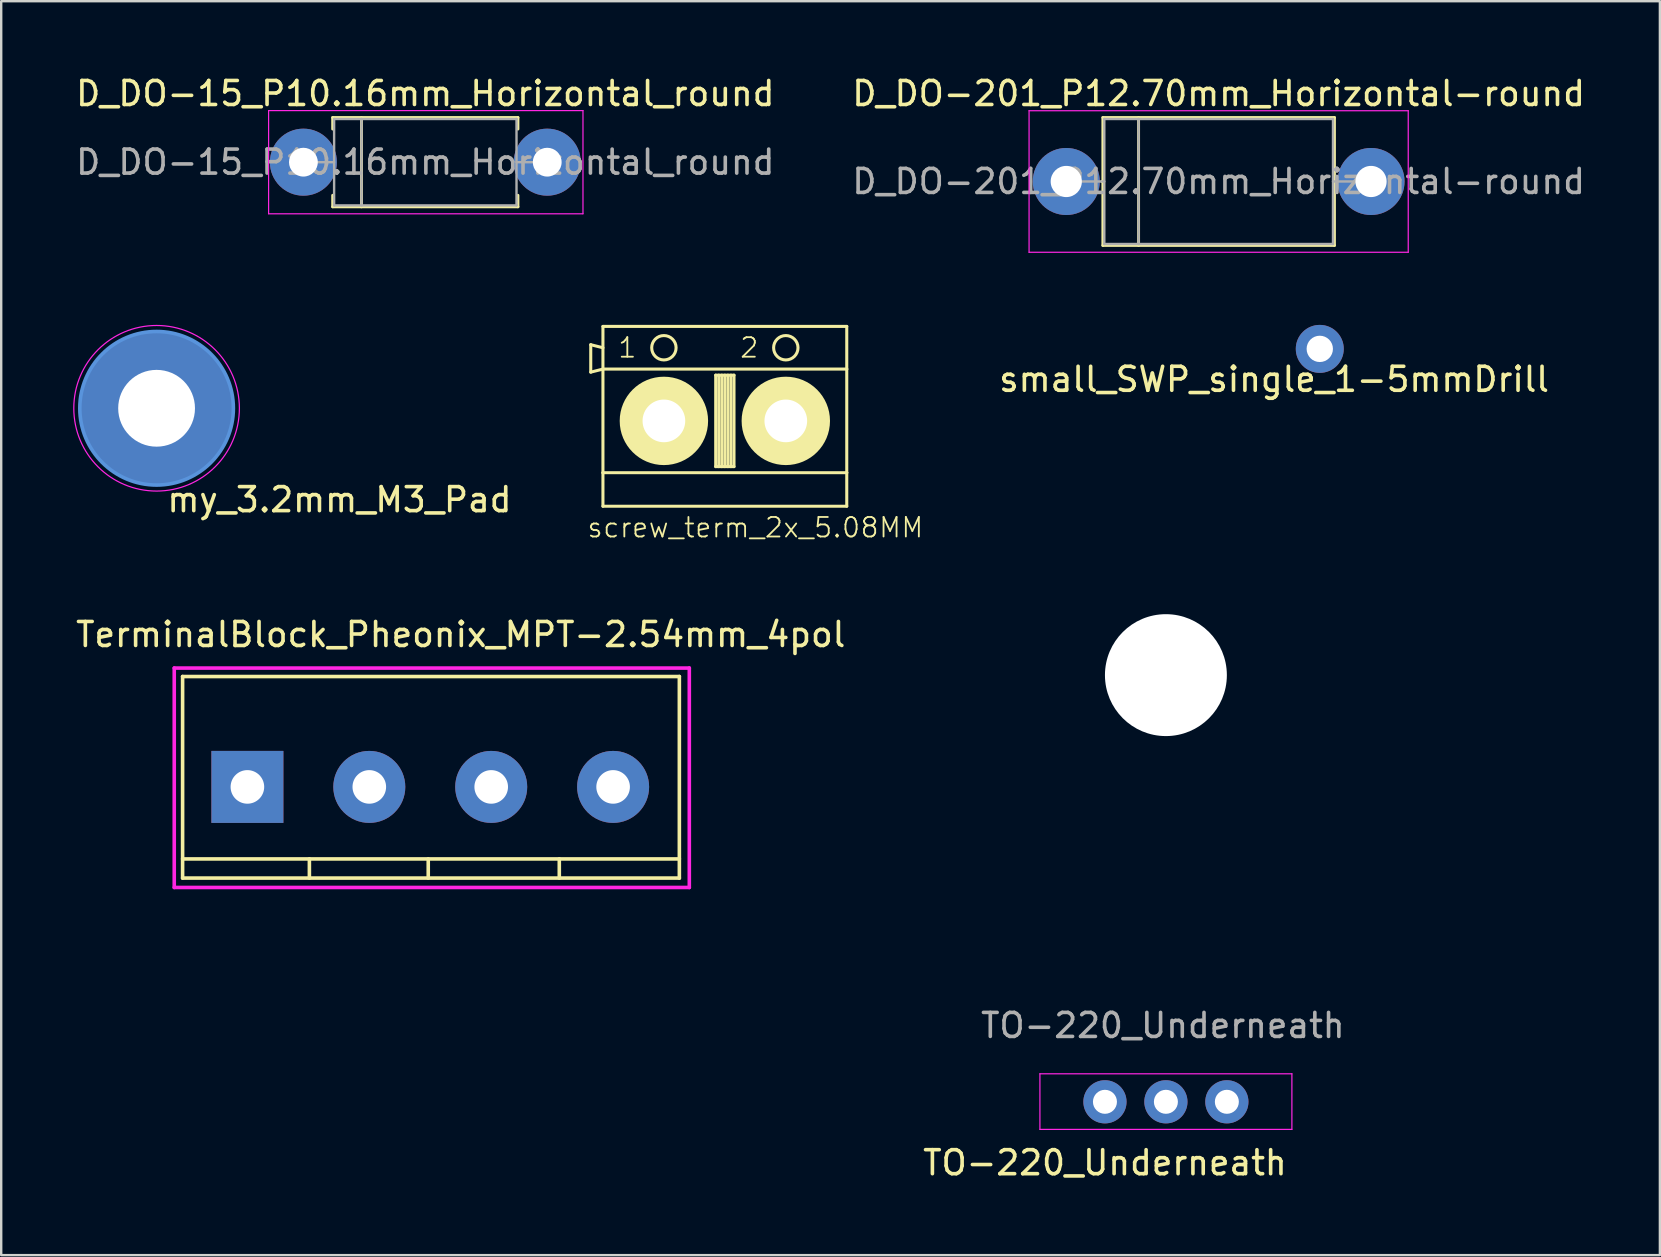
<source format=kicad_pcb>
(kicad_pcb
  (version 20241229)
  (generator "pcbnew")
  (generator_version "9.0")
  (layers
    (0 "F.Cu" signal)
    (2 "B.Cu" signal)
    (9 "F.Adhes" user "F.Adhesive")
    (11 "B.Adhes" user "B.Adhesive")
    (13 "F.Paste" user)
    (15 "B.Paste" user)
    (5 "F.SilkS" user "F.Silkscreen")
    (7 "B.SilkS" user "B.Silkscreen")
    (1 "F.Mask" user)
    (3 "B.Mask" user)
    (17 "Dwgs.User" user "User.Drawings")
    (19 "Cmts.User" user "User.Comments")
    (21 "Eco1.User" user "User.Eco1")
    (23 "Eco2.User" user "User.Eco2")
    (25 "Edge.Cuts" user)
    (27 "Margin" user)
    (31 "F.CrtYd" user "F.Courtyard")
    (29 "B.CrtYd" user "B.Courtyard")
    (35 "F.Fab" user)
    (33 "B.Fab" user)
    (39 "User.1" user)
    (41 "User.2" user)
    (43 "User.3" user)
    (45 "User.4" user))
  (footprint "screw_term_2x_5.08MM"
    (layer "F.Cu")
    (at 27.155 14.489)
    (property "Reference" "screw_term_2x_5.08MM" (at 1.27 4.445 0) (layer "F.SilkS") (effects (font (size 0.813 0.813) (thickness 0.076))))
    (attr through_hole)
    (fp_line (start -5.588 -3.175) (end -5.08 -3.048) (stroke (width 0.127) (type solid)) (layer "F.SilkS"))
    (fp_line (start -5.588 -2.032) (end -5.588 -3.175) (stroke (width 0.127) (type solid)) (layer "F.SilkS"))
    (fp_line (start -5.08 -3.937) (end 5.08 -3.937) (stroke (width 0.127) (type solid)) (layer "F.SilkS"))
    (fp_line (start -5.08 -2.159) (end -5.588 -2.032) (stroke (width 0.127) (type solid)) (layer "F.SilkS"))
    (fp_line (start -5.08 -2.159) (end -5.08 -3.937) (stroke (width 0.127) (type solid)) (layer "F.SilkS"))
    (fp_line (start -5.08 -2.159) (end 5.08 -2.159) (stroke (width 0.127) (type solid)) (layer "F.SilkS"))
    (fp_line (start -5.08 2.159) (end -5.08 -2.159) (stroke (width 0.127) (type solid)) (layer "F.SilkS"))
    (fp_line (start -5.08 2.159) (end -5.08 3.556) (stroke (width 0.127) (type solid)) (layer "F.SilkS"))
    (fp_line (start -5.08 3.556) (end 5.08 3.556) (stroke (width 0.127) (type solid)) (layer "F.SilkS"))
    (fp_line (start -3.81 1.016) (end -1.524 -1.27) (stroke (width 0.381) (type solid)) (layer "F.SilkS"))
    (fp_line (start -3.683 1.143) (end -1.397 -1.143) (stroke (width 0.381) (type solid)) (layer "F.SilkS"))
    (fp_line (start -1.27 -1.016) (end -3.556 1.27) (stroke (width 0.381) (type solid)) (layer "F.SilkS"))
    (fp_line (start -0.381 -1.905) (end 0.381 -1.905) (stroke (width 0.127) (type solid)) (layer "F.SilkS"))
    (fp_line (start -0.381 1.905) (end -0.381 -1.905) (stroke (width 0.127) (type solid)) (layer "F.SilkS"))
    (fp_line (start -0.254 -1.905) (end -0.254 1.905) (stroke (width 0.127) (type solid)) (layer "F.SilkS"))
    (fp_line (start -0.127 -1.905) (end -0.127 1.905) (stroke (width 0.127) (type solid)) (layer "F.SilkS"))
    (fp_line (start 0 -1.905) (end 0 1.905) (stroke (width 0.127) (type solid)) (layer "F.SilkS"))
    (fp_line (start 0.127 -1.905) (end 0.127 1.905) (stroke (width 0.127) (type solid)) (layer "F.SilkS"))
    (fp_line (start 0.254 -1.905) (end 0.254 1.905) (stroke (width 0.127) (type solid)) (layer "F.SilkS"))
    (fp_line (start 0.381 -1.905) (end 0.381 1.905) (stroke (width 0.127) (type solid)) (layer "F.SilkS"))
    (fp_line (start 0.381 1.905) (end -0.381 1.905) (stroke (width 0.127) (type solid)) (layer "F.SilkS"))
    (fp_line (start 1.27 1.016) (end 3.556 -1.27) (stroke (width 0.381) (type solid)) (layer "F.SilkS"))
    (fp_line (start 1.397 1.143) (end 3.683 -1.143) (stroke (width 0.381) (type solid)) (layer "F.SilkS"))
    (fp_line (start 3.81 -1.016) (end 1.524 1.27) (stroke (width 0.381) (type solid)) (layer "F.SilkS"))
    (fp_line (start 5.08 -3.937) (end 5.08 -2.159) (stroke (width 0.127) (type solid)) (layer "F.SilkS"))
    (fp_line (start 5.08 -2.159) (end 5.08 2.159) (stroke (width 0.127) (type solid)) (layer "F.SilkS"))
    (fp_line (start 5.08 2.159) (end -5.08 2.159) (stroke (width 0.127) (type solid)) (layer "F.SilkS"))
    (fp_line (start 5.08 3.556) (end 5.08 2.159) (stroke (width 0.127) (type solid)) (layer "F.SilkS"))
    (fp_circle (center -2.54 -3.048) (end -2.54 -3.556) (stroke (width 0.127) (type solid)) (fill no) (layer "F.SilkS"))
    (fp_circle (center -2.54 0) (end -2.54 -1.778) (stroke (width 0.127) (type solid)) (fill no) (layer "F.SilkS"))
    (fp_circle (center 2.54 -3.048) (end 2.54 -3.556) (stroke (width 0.127) (type solid)) (fill no) (layer "F.SilkS"))
    (fp_circle (center 2.54 0) (end 2.54 -1.778) (stroke (width 0.127) (type solid)) (fill no) (layer "F.SilkS"))
    (fp_text user "1" (at -4.064 -3.048 0) (layer "F.SilkS") (effects (font (size 0.813 0.813) (thickness 0.076))))
    (fp_text user "2" (at 1.016 -3.048 0) (layer "F.SilkS") (effects (font (size 0.813 0.813) (thickness 0.076))))
    (pad "1" thru_hole circle (at -2.54 0) (size 3.556 3.556) (drill 1.778) (layers "*.Cu" "*.Mask" "F.SilkS"))
    (pad "2" thru_hole circle (at 2.54 0) (size 3.556 3.556) (drill 1.778) (layers "*.Cu" "*.Mask" "F.SilkS")))
  (footprint "TerminalBlock_Pheonix_MPT-2.54mm_4pol"
    (layer "F.Cu")
    (at 7.259 29.741)
    (property "Reference" "TerminalBlock_Pheonix_MPT-2.54mm_4pol" (at 8.89 -6.35 0) (layer "F.SilkS") (effects (font (size 1 1) (thickness 0.15))))
    (attr through_hole)
    (fp_line (start -2.7 -4.6) (end 18 -4.6) (stroke (width 0.15) (type solid)) (layer "F.SilkS"))
    (fp_line (start -2.7 3) (end 18 3) (stroke (width 0.15) (type solid)) (layer "F.SilkS"))
    (fp_line (start -2.7 3.8) (end -2.7 -4.6) (stroke (width 0.15) (type solid)) (layer "F.SilkS"))
    (fp_line (start -2.7 3.8) (end 18 3.8) (stroke (width 0.15) (type solid)) (layer "F.SilkS"))
    (fp_line (start 2.583 3) (end 2.583 3.8) (stroke (width 0.15) (type solid)) (layer "F.SilkS"))
    (fp_line (start 7.536 3) (end 7.536 3.8) (stroke (width 0.15) (type solid)) (layer "F.SilkS"))
    (fp_line (start 12.997 3) (end 12.997 3.8) (stroke (width 0.15) (type solid)) (layer "F.SilkS"))
    (fp_line (start 18 3.8) (end 18 -4.6) (stroke (width 0.15) (type solid)) (layer "F.SilkS"))
    (fp_line (start -3.048 -4.953) (end -3.048 4.191) (stroke (width 0.15) (type solid)) (layer "F.CrtYd"))
    (fp_line (start -3.048 4.191) (end 18.415 4.191) (stroke (width 0.15) (type solid)) (layer "F.CrtYd"))
    (fp_line (start 18.415 -4.953) (end -3.048 -4.953) (stroke (width 0.15) (type solid)) (layer "F.CrtYd"))
    (fp_line (start 18.415 4.191) (end 18.415 -4.953) (stroke (width 0.15) (type solid)) (layer "F.CrtYd"))
    (pad "1" thru_hole rect (at 0 0 180) (size 3 3) (drill 1.4) (layers "*.Cu" "*.Mask"))
    (pad "2" thru_hole oval (at 5.08 0 180) (size 3 3) (drill 1.4) (layers "*.Cu" "*.Mask"))
    (pad "3" thru_hole oval (at 10.16 0 180) (size 3 3) (drill 1.4) (layers "*.Cu" "*.Mask"))
    (pad "4" thru_hole oval (at 15.24 0 180) (size 3 3) (drill 1.4) (layers "*.Cu" "*.Mask")))
  (footprint "small_SWP_single_1-5mmDrill"
    (layer "F.Cu")
    (at 51.946 11.488)
    (property "Reference" "small_SWP_single_1-5mmDrill" (at -1.905 1.27 0) (layer "F.SilkS") (effects (font (size 1 1) (thickness 0.15))))
    (attr through_hole)
    (pad "1" thru_hole circle (at 0 0) (size 1.999 1.999) (drill 1.097) (layers "*.Cu" "*.Mask")))
  (footprint "TO-220_Underneath"
    (layer "F.Cu")
    (at 42.994 42.863)
    (property "Reference" "TO-220_Underneath" (at 0 2.54 0) (layer "F.SilkS") (effects (font (size 1 1) (thickness 0.15))))
    (attr through_hole)
    (fp_line (start -2.71 -1.168) (end -2.71 1.15) (stroke (width 0.05) (type solid)) (layer "F.CrtYd"))
    (fp_line (start -2.71 1.15) (end 7.79 1.15) (stroke (width 0.05) (type solid)) (layer "F.CrtYd"))
    (fp_line (start 7.79 -1.168) (end -2.71 -1.168) (stroke (width 0.05) (type solid)) (layer "F.CrtYd"))
    (fp_line (start 7.79 1.15) (end 7.79 -1.168) (stroke (width 0.05) (type solid)) (layer "F.CrtYd"))
    (fp_text user "${REFERENCE}" (at 2.413 -3.181 0) (layer "F.Fab") (effects (font (size 1 1) (thickness 0.15))))
    (pad "" np_thru_hole circle (at 2.54 -17.78) (size 5.08 5.08) (drill 5.08) (layers "*.Cu" "*.Mask"))
    (pad "1" thru_hole oval (at 0 0) (size 1.8 1.8) (drill 1) (layers "*.Cu" "*.Mask"))
    (pad "2" thru_hole oval (at 2.54 0) (size 1.8 1.8) (drill 1) (layers "*.Cu" "*.Mask"))
    (pad "3" thru_hole oval (at 5.08 0) (size 1.8 1.8) (drill 1) (layers "*.Cu" "*.Mask")))
  (footprint "D_DO-201_P12.70mm_Horizontal-round"
    (layer "F.Cu")
    (at 41.382 4.513)
    (property "Reference" "D_DO-201_P12.70mm_Horizontal-round" (at 6.35 -3.665 0) (layer "F.SilkS") (effects (font (size 1 1) (thickness 0.15))))
    (attr through_hole)
    (fp_line (start 1.48 0) (end 1.525 0) (stroke (width 0.12) (type solid)) (layer "F.SilkS"))
    (fp_line (start 1.525 -2.665) (end 1.525 2.665) (stroke (width 0.12) (type solid)) (layer "F.SilkS"))
    (fp_line (start 1.525 2.665) (end 11.175 2.665) (stroke (width 0.12) (type solid)) (layer "F.SilkS"))
    (fp_line (start 3.014 -2.665) (end 3.014 2.665) (stroke (width 0.12) (type solid)) (layer "F.SilkS"))
    (fp_line (start 11.175 -2.665) (end 1.525 -2.665) (stroke (width 0.12) (type solid)) (layer "F.SilkS"))
    (fp_line (start 11.175 2.665) (end 11.175 -2.665) (stroke (width 0.12) (type solid)) (layer "F.SilkS"))
    (fp_line (start 11.22 0) (end 11.175 0) (stroke (width 0.12) (type solid)) (layer "F.SilkS"))
    (fp_line (start -1.55 -2.95) (end -1.55 2.95) (stroke (width 0.05) (type solid)) (layer "F.CrtYd"))
    (fp_line (start -1.55 2.95) (end 14.25 2.95) (stroke (width 0.05) (type solid)) (layer "F.CrtYd"))
    (fp_line (start 14.25 -2.95) (end -1.55 -2.95) (stroke (width 0.05) (type solid)) (layer "F.CrtYd"))
    (fp_line (start 14.25 2.95) (end 14.25 -2.95) (stroke (width 0.05) (type solid)) (layer "F.CrtYd"))
    (fp_line (start 0 0) (end 1.585 0) (stroke (width 0.1) (type solid)) (layer "F.Fab"))
    (fp_line (start 1.585 -2.605) (end 1.585 2.605) (stroke (width 0.1) (type solid)) (layer "F.Fab"))
    (fp_line (start 1.585 2.605) (end 11.115 2.605) (stroke (width 0.1) (type solid)) (layer "F.Fab"))
    (fp_line (start 3.014 -2.605) (end 3.014 2.605) (stroke (width 0.1) (type solid)) (layer "F.Fab"))
    (fp_line (start 11.115 -2.605) (end 1.585 -2.605) (stroke (width 0.1) (type solid)) (layer "F.Fab"))
    (fp_line (start 11.115 2.605) (end 11.115 -2.605) (stroke (width 0.1) (type solid)) (layer "F.Fab"))
    (fp_line (start 12.7 0) (end 11.115 0) (stroke (width 0.1) (type solid)) (layer "F.Fab"))
    (fp_text user "${REFERENCE}" (at 6.35 0 0) (layer "F.Fab") (effects (font (size 1 1) (thickness 0.15))))
    (pad "1" thru_hole circle (at 0 0) (size 2.794 2.794) (drill 1.3) (layers "*.Cu" "*.Mask"))
    (pad "2" thru_hole oval (at 12.7 0) (size 2.794 2.794) (drill 1.3) (layers "*.Cu" "*.Mask")))
  (footprint "my_3.2mm_M3_Pad"
    (layer "F.Cu")
    (at 3.475 13.963)
    (property "Reference" "my_3.2mm_M3_Pad" (at 7.62 3.81 0) (layer "F.SilkS") (effects (font (size 1 1) (thickness 0.15))))
    (attr through_hole)
    (fp_circle (center 0 0) (end 3.2 0) (stroke (width 0.15) (type solid)) (fill no) (layer "Cmts.User"))
    (fp_circle (center 0 0) (end 3.45 0) (stroke (width 0.05) (type solid)) (fill no) (layer "F.CrtYd"))
    (pad "1" thru_hole circle (at 0 0) (size 6.4 6.4) (drill 3.2) (layers "*.Cu" "*.Mask")))
  (footprint "D_DO-15_P10.16mm_Horizontal_round"
    (layer "F.Cu")
    (at 9.593 3.708)
    (property "Reference" "D_DO-15_P10.16mm_Horizontal_round" (at 5.08 -2.86 0) (layer "F.SilkS") (effects (font (size 1 1) (thickness 0.15))))
    (attr through_hole)
    (fp_line (start 1.22 -1.86) (end 8.94 -1.86) (stroke (width 0.12) (type solid)) (layer "F.SilkS"))
    (fp_line (start 1.22 -1.38) (end 1.22 -1.86) (stroke (width 0.12) (type solid)) (layer "F.SilkS"))
    (fp_line (start 1.22 1.38) (end 1.22 1.86) (stroke (width 0.12) (type solid)) (layer "F.SilkS"))
    (fp_line (start 1.22 1.86) (end 8.94 1.86) (stroke (width 0.12) (type solid)) (layer "F.SilkS"))
    (fp_line (start 2.42 -1.86) (end 2.42 1.86) (stroke (width 0.12) (type solid)) (layer "F.SilkS"))
    (fp_line (start 8.94 -1.86) (end 8.94 -1.38) (stroke (width 0.12) (type solid)) (layer "F.SilkS"))
    (fp_line (start 8.94 1.86) (end 8.94 1.38) (stroke (width 0.12) (type solid)) (layer "F.SilkS"))
    (fp_line (start -1.45 -2.15) (end -1.45 2.15) (stroke (width 0.05) (type solid)) (layer "F.CrtYd"))
    (fp_line (start -1.45 2.15) (end 11.65 2.15) (stroke (width 0.05) (type solid)) (layer "F.CrtYd"))
    (fp_line (start 11.65 -2.15) (end -1.45 -2.15) (stroke (width 0.05) (type solid)) (layer "F.CrtYd"))
    (fp_line (start 11.65 2.15) (end 11.65 -2.15) (stroke (width 0.05) (type solid)) (layer "F.CrtYd"))
    (fp_line (start 0 0) (end 1.28 0) (stroke (width 0.1) (type solid)) (layer "F.Fab"))
    (fp_line (start 1.28 -1.8) (end 1.28 1.8) (stroke (width 0.1) (type solid)) (layer "F.Fab"))
    (fp_line (start 1.28 1.8) (end 8.88 1.8) (stroke (width 0.1) (type solid)) (layer "F.Fab"))
    (fp_line (start 2.42 -1.8) (end 2.42 1.8) (stroke (width 0.1) (type solid)) (layer "F.Fab"))
    (fp_line (start 8.88 -1.8) (end 1.28 -1.8) (stroke (width 0.1) (type solid)) (layer "F.Fab"))
    (fp_line (start 8.88 1.8) (end 8.88 -1.8) (stroke (width 0.1) (type solid)) (layer "F.Fab"))
    (fp_line (start 10.16 0) (end 8.88 0) (stroke (width 0.1) (type solid)) (layer "F.Fab"))
    (fp_text user "${REFERENCE}" (at 5.08 0 0) (layer "F.Fab") (effects (font (size 1 1) (thickness 0.15))))
    (pad "1" thru_hole circle (at 0 0) (size 2.794 2.794) (drill 1.2) (layers "*.Cu" "*.Mask"))
    (pad "2" thru_hole circle (at 10.16 0) (size 2.794 2.794) (drill 1.2) (layers "*.Cu" "*.Mask")))
  (gr_rect
    (start -3 -3)
    (end 66.119 49.251)
    (stroke (width 0.1) (type default))
    (fill no)
    (layer "Edge.Cuts")))
</source>
